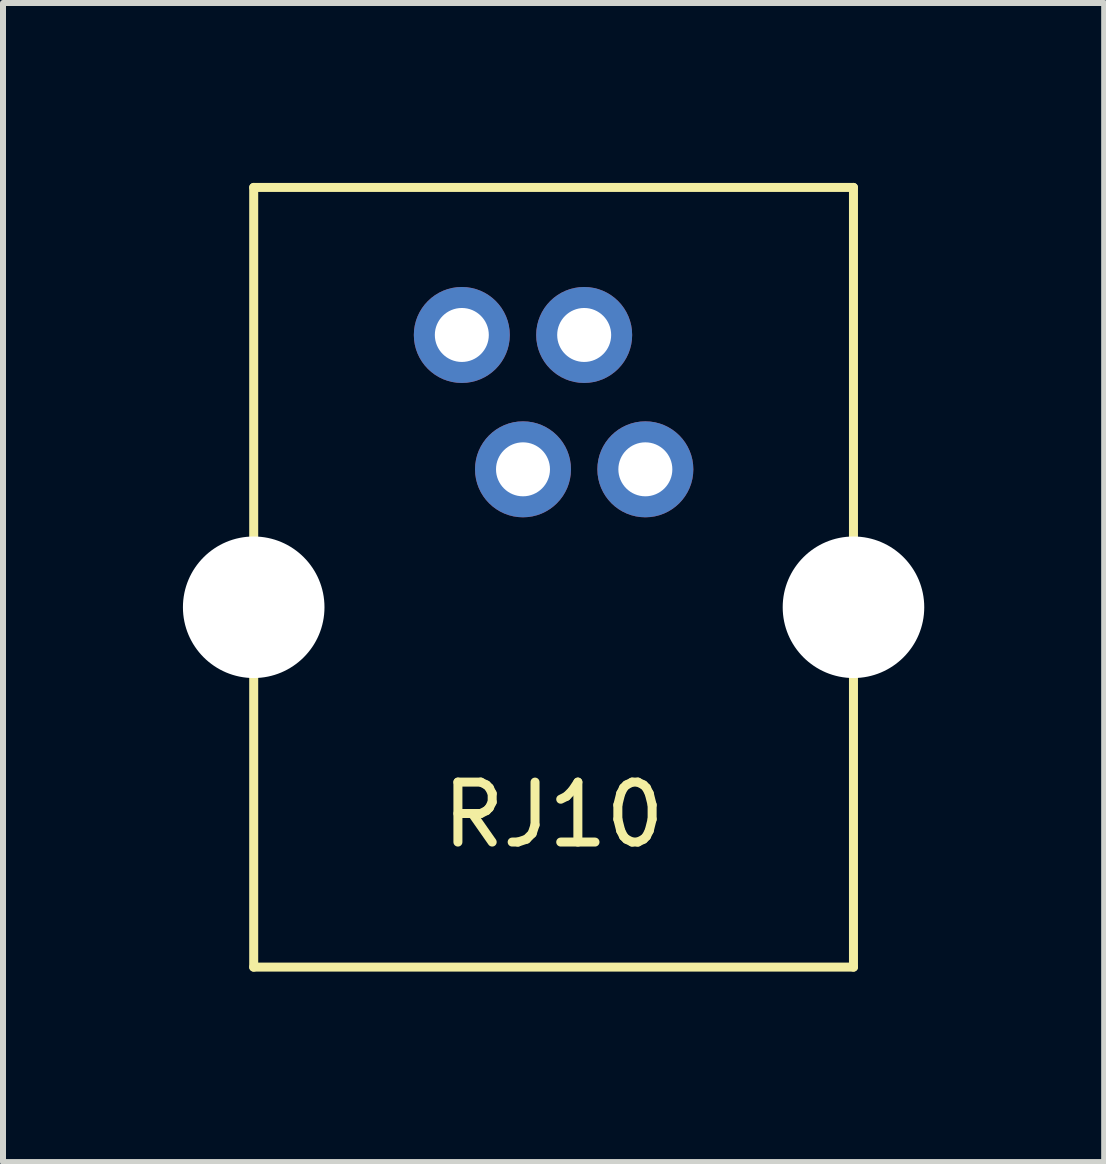
<source format=kicad_pcb>
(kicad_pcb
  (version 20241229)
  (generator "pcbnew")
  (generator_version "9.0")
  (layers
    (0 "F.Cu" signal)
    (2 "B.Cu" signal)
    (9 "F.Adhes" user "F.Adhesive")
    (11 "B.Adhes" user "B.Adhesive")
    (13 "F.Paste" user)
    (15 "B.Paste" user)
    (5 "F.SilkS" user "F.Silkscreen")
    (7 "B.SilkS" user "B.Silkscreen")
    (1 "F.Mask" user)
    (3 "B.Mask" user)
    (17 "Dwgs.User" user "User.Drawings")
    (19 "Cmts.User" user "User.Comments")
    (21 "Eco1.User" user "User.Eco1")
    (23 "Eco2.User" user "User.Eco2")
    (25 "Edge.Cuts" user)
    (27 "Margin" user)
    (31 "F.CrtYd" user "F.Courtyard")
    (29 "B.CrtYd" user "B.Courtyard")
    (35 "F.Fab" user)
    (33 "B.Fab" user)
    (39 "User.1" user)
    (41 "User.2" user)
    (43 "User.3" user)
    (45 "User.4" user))
  (footprint "RJ10"
    (layer "F.Cu")
    (at 6.18 13.075)
    (property "Reference" "RJ10" (at 0 -2.54 0) (layer "F.SilkS") (effects (font (size 1 1) (thickness 0.15))))
    (attr through_hole)
    (fp_line (start -5 -13) (end 5 -13) (stroke (width 0.15) (type solid)) (layer "F.SilkS"))
    (fp_line (start -5 0) (end -5 -13) (stroke (width 0.15) (type solid)) (layer "F.SilkS"))
    (fp_line (start -5 0) (end 5 0) (stroke (width 0.15) (type solid)) (layer "F.SilkS"))
    (fp_line (start 5 0) (end 5 -13) (stroke (width 0.15) (type solid)) (layer "F.SilkS"))
    (pad "" np_thru_hole circle (at -5 -6) (size 2.36 2.36) (drill 2.36) (layers "*.Cu" "*.Mask"))
    (pad "" np_thru_hole circle (at 5 -6) (size 2.36 2.36) (drill 2.36) (layers "*.Cu" "*.Mask"))
    (pad "1" thru_hole circle (at 1.53 -8.3) (size 1.6 1.6) (drill 0.9) (layers "*.Cu" "*.Mask"))
    (pad "2" thru_hole circle (at 0.51 -10.54) (size 1.6 1.6) (drill 0.9) (layers "*.Cu" "*.Mask"))
    (pad "3" thru_hole circle (at -0.51 -8.3) (size 1.6 1.6) (drill 0.9) (layers "*.Cu" "*.Mask"))
    (pad "4" thru_hole circle (at -1.53 -10.54) (size 1.6 1.6) (drill 0.9) (layers "*.Cu" "*.Mask")))
  (gr_rect
    (start -3 -3)
    (end 15.36 16.325)
    (stroke (width 0.1) (type default))
    (fill no)
    (layer "Edge.Cuts")))
</source>
